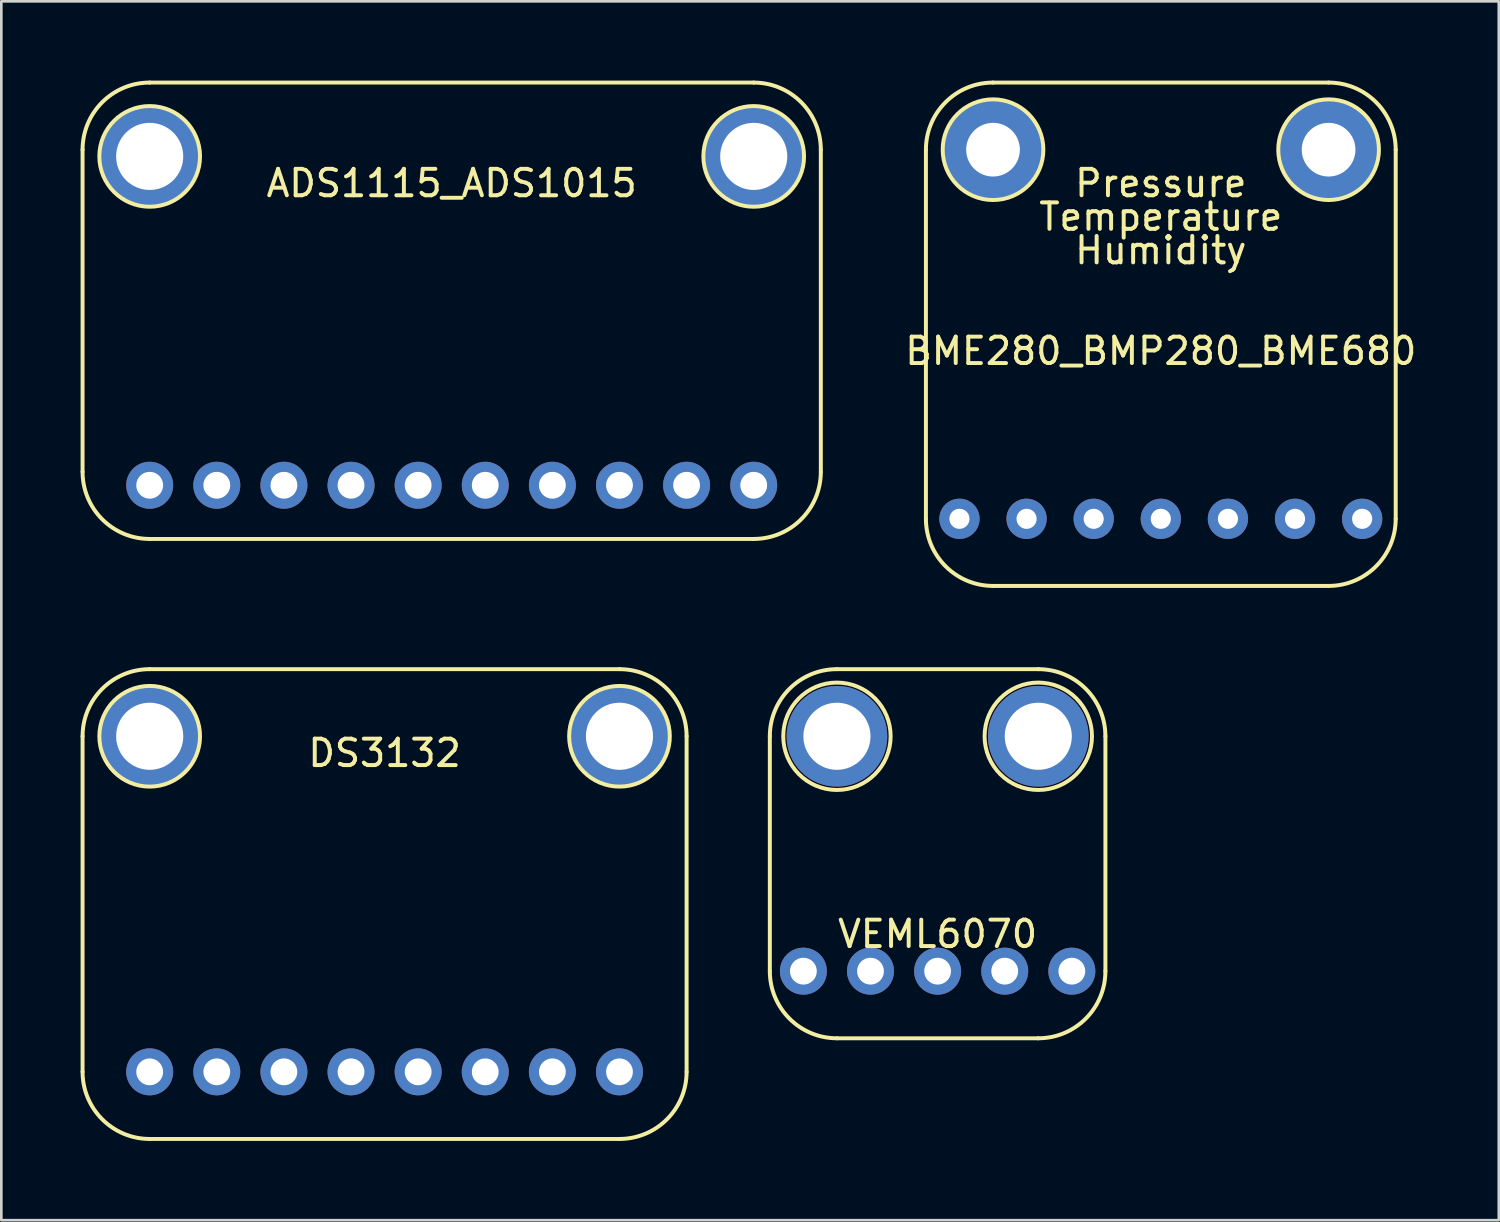
<source format=kicad_pcb>
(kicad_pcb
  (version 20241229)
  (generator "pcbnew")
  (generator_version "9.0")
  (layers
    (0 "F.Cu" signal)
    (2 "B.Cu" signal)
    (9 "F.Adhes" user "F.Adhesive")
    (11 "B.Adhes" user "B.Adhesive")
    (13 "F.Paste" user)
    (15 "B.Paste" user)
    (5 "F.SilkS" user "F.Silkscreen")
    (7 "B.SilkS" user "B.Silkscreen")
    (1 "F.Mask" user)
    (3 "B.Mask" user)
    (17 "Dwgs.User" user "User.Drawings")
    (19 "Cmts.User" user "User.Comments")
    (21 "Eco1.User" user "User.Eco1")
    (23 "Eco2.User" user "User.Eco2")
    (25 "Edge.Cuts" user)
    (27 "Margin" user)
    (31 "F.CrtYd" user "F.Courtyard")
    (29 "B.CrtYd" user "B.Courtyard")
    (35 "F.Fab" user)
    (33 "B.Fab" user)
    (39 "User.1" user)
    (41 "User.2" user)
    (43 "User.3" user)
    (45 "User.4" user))
  (footprint "BME280_BMP280_BME680"
    (layer "F.Cu")
    (at 40.882 16.585)
    (property "Reference" "BME280_BMP280_BME680" (at 0 -6.35 0) (layer "F.SilkS") (effects (font (size 1 1) (thickness 0.15))))
    (attr through_hole)
    (fp_line (start -8.89 0) (end -8.89 -13.97) (stroke (width 0.15) (type solid)) (layer "F.SilkS"))
    (fp_line (start -6.35 -16.51) (end 6.35 -16.51) (stroke (width 0.15) (type solid)) (layer "F.SilkS"))
    (fp_line (start -6.35 2.54) (end 6.35 2.54) (stroke (width 0.15) (type solid)) (layer "F.SilkS"))
    (fp_line (start 8.89 -13.97) (end 8.89 0) (stroke (width 0.15) (type solid)) (layer "F.SilkS"))
    (fp_arc (start -8.89 -13.97) (mid -8.146051 -15.766051) (end -6.35 -16.51) (stroke (width 0.15) (type solid)) (layer "F.SilkS"))
    (fp_arc (start -6.35 2.54) (mid -8.146051 1.796051) (end -8.89 0) (stroke (width 0.15) (type solid)) (layer "F.SilkS"))
    (fp_arc (start 6.35 -16.51) (mid 8.146051 -15.766051) (end 8.89 -13.97) (stroke (width 0.15) (type solid)) (layer "F.SilkS"))
    (fp_arc (start 8.89 0) (mid 8.146051 1.796051) (end 6.35 2.54) (stroke (width 0.15) (type solid)) (layer "F.SilkS"))
    (fp_circle (center -6.35 -13.97) (end -6.35 -12.065) (stroke (width 0.15) (type solid)) (fill no) (layer "F.SilkS"))
    (fp_circle (center 6.35 -13.97) (end 6.35 -12.065) (stroke (width 0.15) (type solid)) (fill no) (layer "F.SilkS"))
    (fp_text user "Temperature" (at 0 -11.43 0) (layer "F.SilkS") (effects (font (size 1 1) (thickness 0.15))))
    (fp_text user "Humidity" (at 0 -10.16 0) (layer "F.SilkS") (effects (font (size 1 1) (thickness 0.15))))
    (fp_text user "Pressure" (at 0 -12.7 0) (layer "F.SilkS") (effects (font (size 1 1) (thickness 0.15))))
    (pad "" np_thru_hole circle (at -6.35 -13.97) (size 3.81 3.81) (drill 2.032) (layers "*.Cu" "*.Mask"))
    (pad "" np_thru_hole circle (at 6.35 -13.97) (size 3.81 3.81) (drill 2.032) (layers "*.Cu" "*.Mask"))
    (pad "1" thru_hole circle (at -7.62 0) (size 1.524 1.524) (drill 0.762) (layers "*.Cu" "*.Mask"))
    (pad "2" thru_hole circle (at -5.08 0) (size 1.524 1.524) (drill 0.762) (layers "*.Cu" "*.Mask"))
    (pad "3" thru_hole circle (at -2.54 0) (size 1.524 1.524) (drill 0.762) (layers "*.Cu" "*.Mask"))
    (pad "4" thru_hole circle (at 0 0) (size 1.524 1.524) (drill 0.762) (layers "*.Cu" "*.Mask"))
    (pad "5" thru_hole circle (at 2.54 0) (size 1.524 1.524) (drill 0.762) (layers "*.Cu" "*.Mask"))
    (pad "6" thru_hole circle (at 5.08 0) (size 1.524 1.524) (drill 0.762) (layers "*.Cu" "*.Mask"))
    (pad "7" thru_hole circle (at 7.62 0) (size 1.524 1.524) (drill 0.762) (layers "*.Cu" "*.Mask")))
  (footprint "VEML6070"
    (layer "F.Cu")
    (at 32.435 33.705)
    (property "Reference" "VEML6070" (at 0 -1.405 0) (layer "F.SilkS") (effects (font (size 1 1) (thickness 0.15))))
    (attr through_hole)
    (fp_line (start -6.35 -8.89) (end -6.35 0) (stroke (width 0.15) (type solid)) (layer "F.SilkS"))
    (fp_line (start -3.81 2.54) (end 3.81 2.54) (stroke (width 0.15) (type solid)) (layer "F.SilkS"))
    (fp_line (start 3.81 -11.43) (end -3.81 -11.43) (stroke (width 0.15) (type solid)) (layer "F.SilkS"))
    (fp_line (start 6.35 0) (end 6.35 -8.89) (stroke (width 0.15) (type solid)) (layer "F.SilkS"))
    (fp_arc (start -6.35 -8.89) (mid -5.606051 -10.686051) (end -3.81 -11.43) (stroke (width 0.15) (type solid)) (layer "F.SilkS"))
    (fp_arc (start -3.81 2.54) (mid -5.606051 1.796051) (end -6.35 0) (stroke (width 0.15) (type solid)) (layer "F.SilkS"))
    (fp_arc (start 3.81 -11.43) (mid 5.606051 -10.686051) (end 6.35 -8.89) (stroke (width 0.15) (type solid)) (layer "F.SilkS"))
    (fp_arc (start 6.35 0) (mid 5.606051 1.796051) (end 3.81 2.54) (stroke (width 0.15) (type solid)) (layer "F.SilkS"))
    (fp_circle (center -3.81 -8.89) (end -3.81 -10.922) (stroke (width 0.15) (type solid)) (fill no) (layer "F.SilkS"))
    (fp_circle (center 3.81 -8.89) (end 3.81 -10.922) (stroke (width 0.15) (type solid)) (fill no) (layer "F.SilkS"))
    (pad "" np_thru_hole circle (at -3.81 -8.89) (size 3.81 3.81) (drill 2.54) (layers "*.Cu" "*.Mask"))
    (pad "" np_thru_hole circle (at 3.81 -8.89) (size 3.81 3.81) (drill 2.54) (layers "*.Cu" "*.Mask"))
    (pad "1" thru_hole circle (at -5.08 0) (size 1.778 1.778) (drill 1.016) (layers "*.Cu" "*.Mask"))
    (pad "2" thru_hole circle (at -2.54 0) (size 1.778 1.778) (drill 1.016) (layers "*.Cu" "*.Mask"))
    (pad "3" thru_hole circle (at 0 0) (size 1.778 1.778) (drill 1.016) (layers "*.Cu" "*.Mask"))
    (pad "4" thru_hole circle (at 2.54 0) (size 1.778 1.778) (drill 1.016) (layers "*.Cu" "*.Mask"))
    (pad "5" thru_hole circle (at 5.08 0) (size 1.778 1.778) (drill 1.016) (layers "*.Cu" "*.Mask")))
  (footprint "DS3132"
    (layer "F.Cu")
    (at 11.505 37.515)
    (property "Reference" "DS3132" (at 0 -12.065 0) (layer "F.SilkS") (effects (font (size 1 1) (thickness 0.15))))
    (attr through_hole)
    (fp_line (start -11.43 -12.7) (end -11.43 0) (stroke (width 0.15) (type solid)) (layer "F.SilkS"))
    (fp_line (start -8.89 2.54) (end 8.89 2.54) (stroke (width 0.15) (type solid)) (layer "F.SilkS"))
    (fp_line (start 8.89 -15.24) (end -8.89 -15.24) (stroke (width 0.15) (type solid)) (layer "F.SilkS"))
    (fp_line (start 11.43 -12.7) (end 11.43 0) (stroke (width 0.15) (type solid)) (layer "F.SilkS"))
    (fp_arc (start -11.43 -12.7) (mid -10.686051 -14.496051) (end -8.89 -15.24) (stroke (width 0.15) (type solid)) (layer "F.SilkS"))
    (fp_arc (start -8.89 2.54) (mid -10.686051 1.796051) (end -11.43 0) (stroke (width 0.15) (type solid)) (layer "F.SilkS"))
    (fp_arc (start 8.89 -15.24) (mid 10.686051 -14.496051) (end 11.43 -12.7) (stroke (width 0.15) (type solid)) (layer "F.SilkS"))
    (fp_arc (start 11.43 0) (mid 10.686051 1.796051) (end 8.89 2.54) (stroke (width 0.15) (type solid)) (layer "F.SilkS"))
    (fp_circle (center -8.89 -12.7) (end -8.89 -10.795) (stroke (width 0.15) (type solid)) (fill no) (layer "F.SilkS"))
    (fp_circle (center 8.89 -12.7) (end 8.89 -10.795) (stroke (width 0.15) (type solid)) (fill no) (layer "F.SilkS"))
    (pad "" np_thru_hole circle (at -8.89 -12.7) (size 3.81 3.81) (drill 2.54) (layers "*.Cu" "*.Mask"))
    (pad "" np_thru_hole circle (at 8.89 -12.7) (size 3.81 3.81) (drill 2.54) (layers "*.Cu" "*.Mask"))
    (pad "1" thru_hole circle (at -8.89 0) (size 1.778 1.778) (drill 1.016) (layers "*.Cu" "*.Mask"))
    (pad "2" thru_hole circle (at -6.35 0) (size 1.778 1.778) (drill 1.016) (layers "*.Cu" "*.Mask"))
    (pad "3" thru_hole circle (at -3.81 0) (size 1.778 1.778) (drill 1.016) (layers "*.Cu" "*.Mask"))
    (pad "4" thru_hole circle (at -1.27 0) (size 1.778 1.778) (drill 1.016) (layers "*.Cu" "*.Mask"))
    (pad "5" thru_hole circle (at 1.27 0) (size 1.778 1.778) (drill 1.016) (layers "*.Cu" "*.Mask"))
    (pad "6" thru_hole circle (at 3.81 0) (size 1.778 1.778) (drill 1.016) (layers "*.Cu" "*.Mask"))
    (pad "7" thru_hole circle (at 6.35 0) (size 1.778 1.778) (drill 1.016) (layers "*.Cu" "*.Mask"))
    (pad "8" thru_hole circle (at 8.89 0) (size 1.778 1.778) (drill 1.016) (layers "*.Cu" "*.Mask")))
  (footprint "ADS1115_ADS1015"
    (layer "F.Cu")
    (at 14.045 15.315)
    (property "Reference" "ADS1115_ADS1015" (at 0 -11.43 0) (layer "F.SilkS") (effects (font (size 1 1) (thickness 0.15))))
    (attr through_hole)
    (fp_line (start -13.97 -12.7) (end -13.97 -0.508) (stroke (width 0.15) (type solid)) (layer "F.SilkS"))
    (fp_line (start -11.43 2.032) (end 11.43 2.032) (stroke (width 0.15) (type solid)) (layer "F.SilkS"))
    (fp_line (start 11.43 -15.24) (end -11.43 -15.24) (stroke (width 0.15) (type solid)) (layer "F.SilkS"))
    (fp_line (start 13.97 -0.508) (end 13.97 -12.7) (stroke (width 0.15) (type solid)) (layer "F.SilkS"))
    (fp_arc (start -13.97 -12.7) (mid -13.226051 -14.496051) (end -11.43 -15.24) (stroke (width 0.15) (type solid)) (layer "F.SilkS"))
    (fp_arc (start -11.43 2.032) (mid -13.226051 1.288051) (end -13.97 -0.508) (stroke (width 0.15) (type solid)) (layer "F.SilkS"))
    (fp_arc (start 11.43 -15.24) (mid 13.226051 -14.496051) (end 13.97 -12.7) (stroke (width 0.15) (type solid)) (layer "F.SilkS"))
    (fp_arc (start 13.97 -0.508) (mid 13.226051 1.288051) (end 11.43 2.032) (stroke (width 0.15) (type solid)) (layer "F.SilkS"))
    (fp_circle (center -11.43 -12.446) (end -11.43 -10.541) (stroke (width 0.15) (type solid)) (fill no) (layer "F.SilkS"))
    (fp_circle (center 11.43 -12.446) (end 11.43 -10.541) (stroke (width 0.15) (type solid)) (fill no) (layer "F.SilkS"))
    (pad "" np_thru_hole circle (at -11.43 -12.446) (size 3.81 3.81) (drill 2.54) (layers "*.Cu" "*.Mask"))
    (pad "" np_thru_hole circle (at 11.43 -12.446) (size 3.81 3.81) (drill 2.54) (layers "*.Cu" "*.Mask"))
    (pad "1" thru_hole circle (at -11.43 0) (size 1.778 1.778) (drill 1.016) (layers "*.Cu" "*.Mask"))
    (pad "2" thru_hole circle (at -8.89 0) (size 1.778 1.778) (drill 1.016) (layers "*.Cu" "*.Mask"))
    (pad "3" thru_hole circle (at -6.35 0) (size 1.778 1.778) (drill 1.016) (layers "*.Cu" "*.Mask"))
    (pad "4" thru_hole circle (at -3.81 0) (size 1.778 1.778) (drill 1.016) (layers "*.Cu" "*.Mask"))
    (pad "5" thru_hole circle (at -1.27 0) (size 1.778 1.778) (drill 1.016) (layers "*.Cu" "*.Mask"))
    (pad "6" thru_hole circle (at 1.27 0) (size 1.778 1.778) (drill 1.016) (layers "*.Cu" "*.Mask"))
    (pad "7" thru_hole circle (at 3.81 0) (size 1.778 1.778) (drill 1.016) (layers "*.Cu" "*.Mask"))
    (pad "8" thru_hole circle (at 6.35 0) (size 1.778 1.778) (drill 1.016) (layers "*.Cu" "*.Mask"))
    (pad "9" thru_hole circle (at 8.89 0) (size 1.778 1.778) (drill 1.016) (layers "*.Cu" "*.Mask"))
    (pad "10" thru_hole circle (at 11.43 0) (size 1.778 1.778) (drill 1.016) (layers "*.Cu" "*.Mask")))
  (gr_rect
    (start -3 -3)
    (end 53.673 43.13)
    (stroke (width 0.1) (type default))
    (fill no)
    (layer "Edge.Cuts")))
</source>
